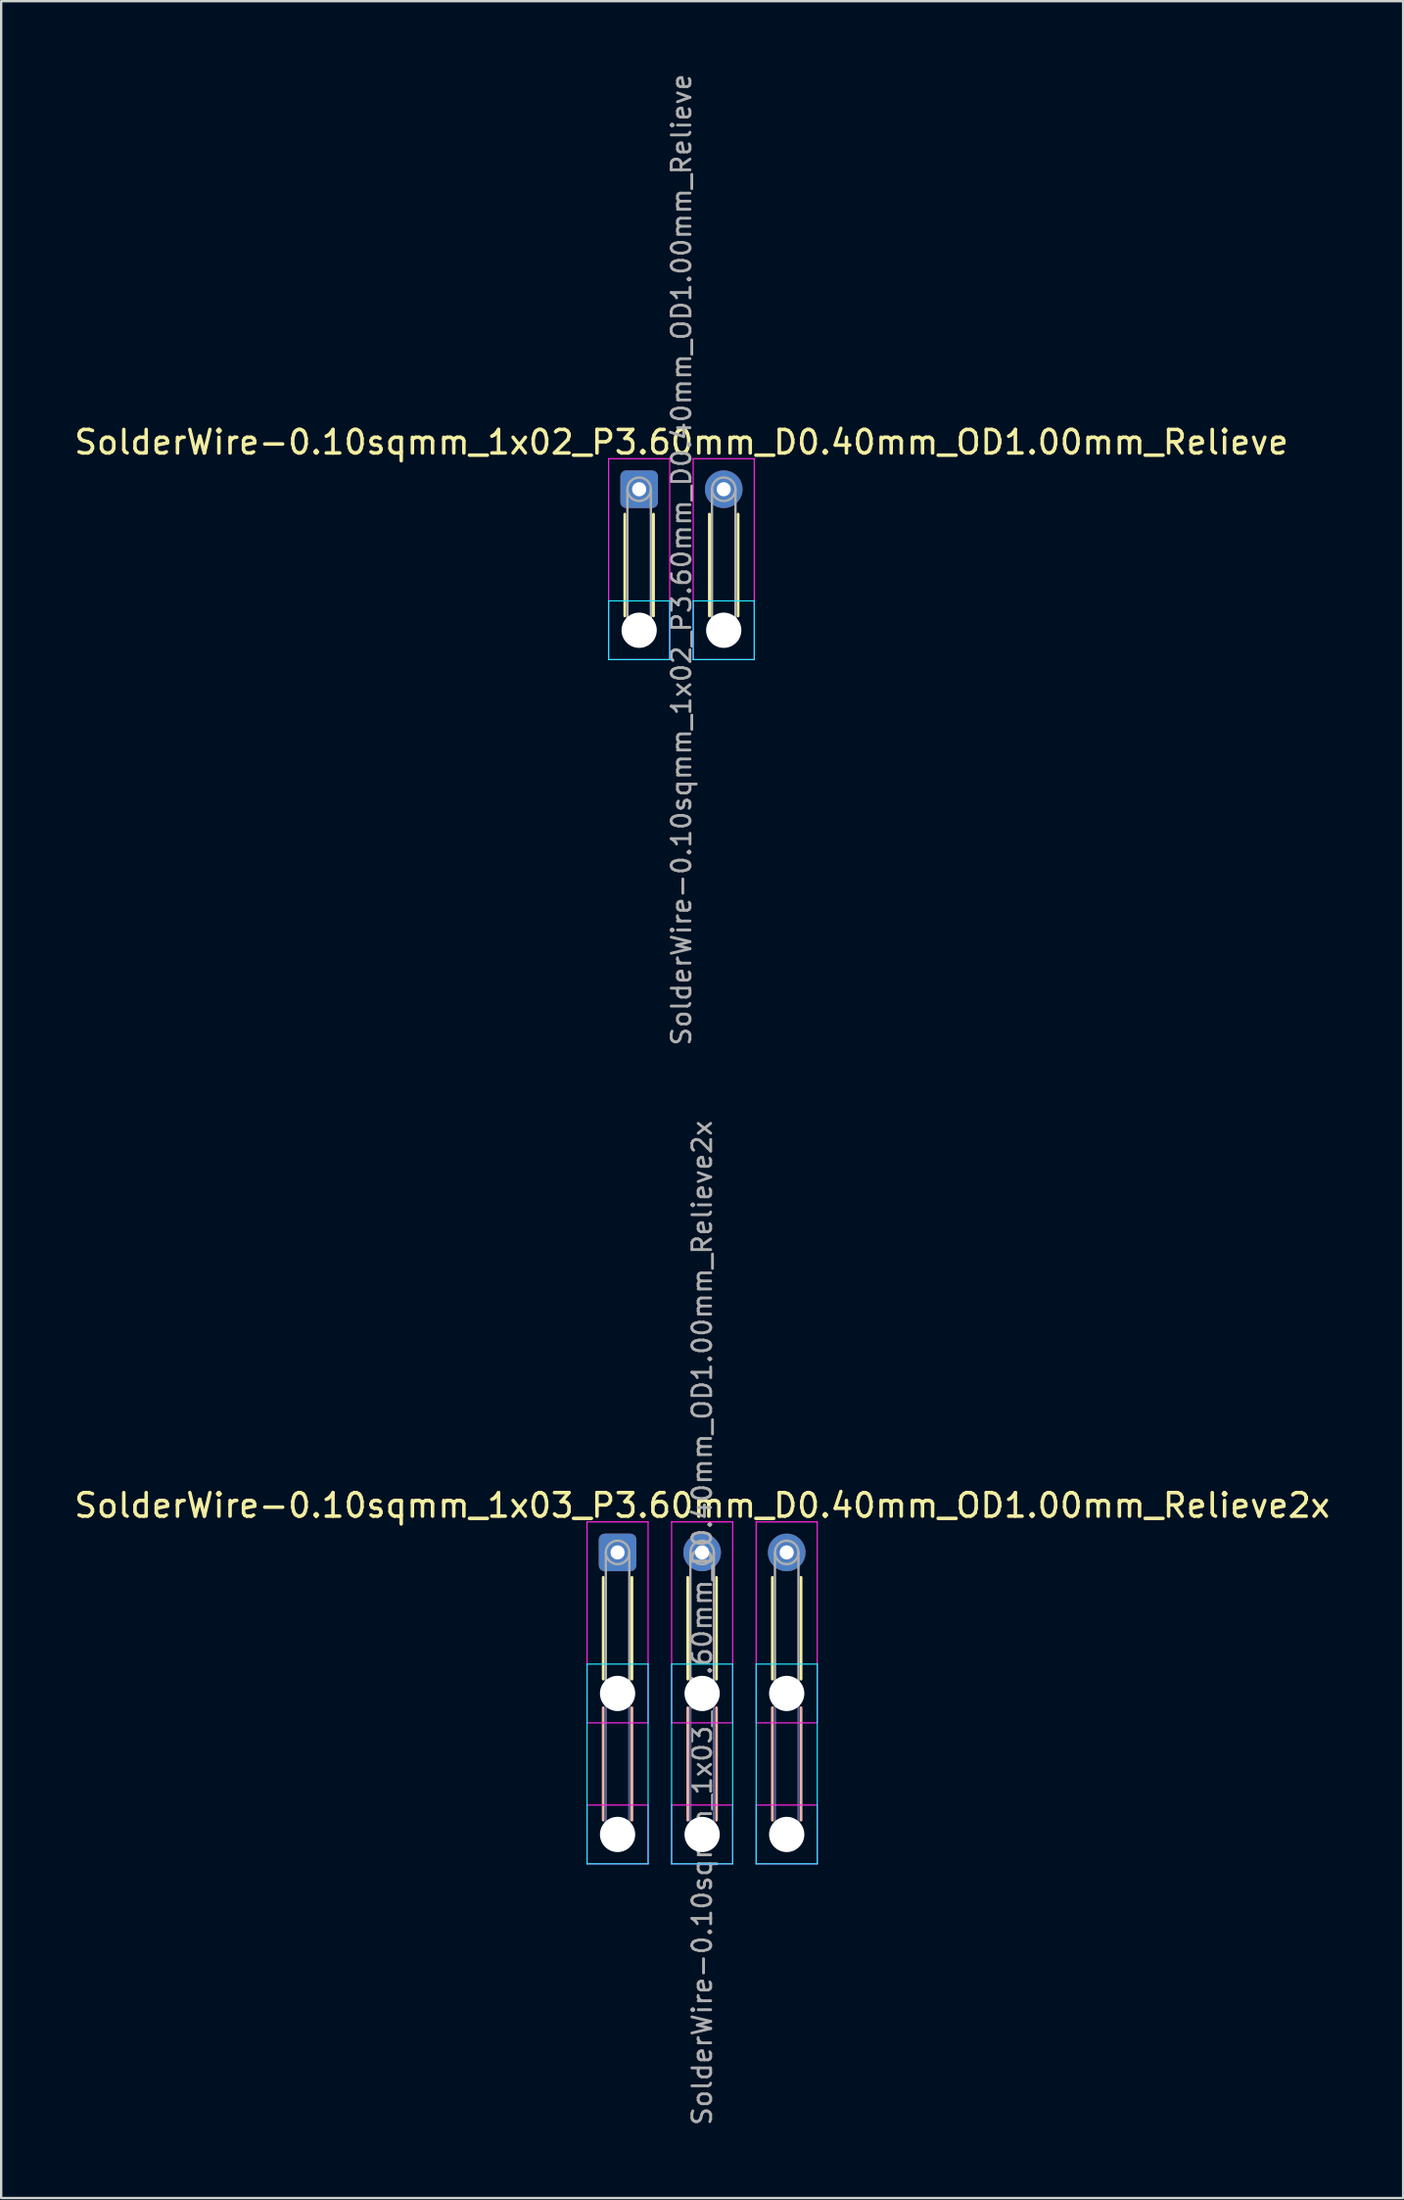
<source format=kicad_pcb>
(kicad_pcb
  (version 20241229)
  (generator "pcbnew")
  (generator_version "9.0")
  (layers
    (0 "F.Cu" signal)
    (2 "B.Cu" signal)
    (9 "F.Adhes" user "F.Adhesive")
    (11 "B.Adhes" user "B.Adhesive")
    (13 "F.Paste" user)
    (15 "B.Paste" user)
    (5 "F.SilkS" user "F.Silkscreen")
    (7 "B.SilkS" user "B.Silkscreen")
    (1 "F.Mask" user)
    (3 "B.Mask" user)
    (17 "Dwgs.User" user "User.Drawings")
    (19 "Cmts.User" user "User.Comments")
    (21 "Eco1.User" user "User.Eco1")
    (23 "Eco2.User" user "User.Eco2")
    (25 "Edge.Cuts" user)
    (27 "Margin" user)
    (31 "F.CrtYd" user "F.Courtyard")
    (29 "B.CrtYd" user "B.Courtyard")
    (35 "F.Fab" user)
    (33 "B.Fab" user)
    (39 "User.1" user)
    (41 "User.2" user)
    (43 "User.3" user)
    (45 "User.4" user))
  (footprint "SolderWire-0.10sqmm_1x02_P3.60mm_D0.40mm_OD1.00mm_Relieve"
    (layer "F.Cu")
    (at 24.158 17.767)
    (property "Reference" "SolderWire-0.10sqmm_1x02_P3.60mm_D0.40mm_OD1.00mm_Relieve" (at 1.8 -2 0) (layer "F.SilkS") (effects (font (size 1 1) (thickness 0.15))))
    (attr exclude_from_pos_files exclude_from_bom)
    (fp_line (start -0.61 1.06) (end -0.61 5.39) (stroke (width 0.12) (type solid)) (layer "F.SilkS"))
    (fp_line (start 0.61 1.06) (end 0.61 5.39) (stroke (width 0.12) (type solid)) (layer "F.SilkS"))
    (fp_line (start 2.99 1.06) (end 2.99 5.39) (stroke (width 0.12) (type solid)) (layer "F.SilkS"))
    (fp_line (start 4.21 1.06) (end 4.21 5.39) (stroke (width 0.12) (type solid)) (layer "F.SilkS"))
    (fp_line (start -1.3 4.75) (end -1.3 7.25) (stroke (width 0.05) (type solid)) (layer "B.CrtYd"))
    (fp_line (start -1.3 7.25) (end 1.3 7.25) (stroke (width 0.05) (type solid)) (layer "B.CrtYd"))
    (fp_line (start 1.3 4.75) (end -1.3 4.75) (stroke (width 0.05) (type solid)) (layer "B.CrtYd"))
    (fp_line (start 1.3 7.25) (end 1.3 4.75) (stroke (width 0.05) (type solid)) (layer "B.CrtYd"))
    (fp_line (start 2.3 4.75) (end 2.3 7.25) (stroke (width 0.05) (type solid)) (layer "B.CrtYd"))
    (fp_line (start 2.3 7.25) (end 4.9 7.25) (stroke (width 0.05) (type solid)) (layer "B.CrtYd"))
    (fp_line (start 4.9 4.75) (end 2.3 4.75) (stroke (width 0.05) (type solid)) (layer "B.CrtYd"))
    (fp_line (start 4.9 7.25) (end 4.9 4.75) (stroke (width 0.05) (type solid)) (layer "B.CrtYd"))
    (fp_line (start -1.3 -1.3) (end -1.3 7.25) (stroke (width 0.05) (type solid)) (layer "F.CrtYd"))
    (fp_line (start -1.3 7.25) (end 1.3 7.25) (stroke (width 0.05) (type solid)) (layer "F.CrtYd"))
    (fp_line (start 1.3 -1.3) (end -1.3 -1.3) (stroke (width 0.05) (type solid)) (layer "F.CrtYd"))
    (fp_line (start 1.3 7.25) (end 1.3 -1.3) (stroke (width 0.05) (type solid)) (layer "F.CrtYd"))
    (fp_line (start 2.3 -1.3) (end 2.3 7.25) (stroke (width 0.05) (type solid)) (layer "F.CrtYd"))
    (fp_line (start 2.3 7.25) (end 4.9 7.25) (stroke (width 0.05) (type solid)) (layer "F.CrtYd"))
    (fp_line (start 4.9 -1.3) (end 2.3 -1.3) (stroke (width 0.05) (type solid)) (layer "F.CrtYd"))
    (fp_line (start 4.9 7.25) (end 4.9 -1.3) (stroke (width 0.05) (type solid)) (layer "F.CrtYd"))
    (fp_line (start -0.5 0) (end -0.5 6) (stroke (width 0.1) (type solid)) (layer "F.Fab"))
    (fp_line (start 0.5 0) (end 0.5 6) (stroke (width 0.1) (type solid)) (layer "F.Fab"))
    (fp_line (start 3.1 0) (end 3.1 6) (stroke (width 0.1) (type solid)) (layer "F.Fab"))
    (fp_line (start 4.1 0) (end 4.1 6) (stroke (width 0.1) (type solid)) (layer "F.Fab"))
    (fp_circle (center 0 0) (end 0.5 0) (stroke (width 0.1) (type solid)) (fill no) (layer "F.Fab"))
    (fp_circle (center 0 6) (end 0.5 6) (stroke (width 0.1) (type solid)) (fill no) (layer "F.Fab"))
    (fp_circle (center 3.6 0) (end 4.1 0) (stroke (width 0.1) (type solid)) (fill no) (layer "F.Fab"))
    (fp_circle (center 3.6 6) (end 4.1 6) (stroke (width 0.1) (type solid)) (fill no) (layer "F.Fab"))
    (fp_text user "${REFERENCE}" (at 1.8 3 90) (layer "F.Fab") (effects (font (size 0.8 0.8) (thickness 0.12))))
    (pad "" np_thru_hole circle (at 0 6) (size 1.5 1.5) (drill 1.5) (layers "*.Cu" "*.Mask"))
    (pad "" np_thru_hole circle (at 3.6 6) (size 1.5 1.5) (drill 1.5) (layers "*.Cu" "*.Mask"))
    (pad "1" thru_hole roundrect (at 0 0) (size 1.6 1.6) (drill 0.6) (layers "*.Cu" "*.Mask") (roundrect_rratio 0.156))
    (pad "2" thru_hole circle (at 3.6 0) (size 1.6 1.6) (drill 0.6) (layers "*.Cu" "*.Mask")))
  (footprint "SolderWire-0.10sqmm_1x03_P3.60mm_D0.40mm_OD1.00mm_Relieve2x"
    (layer "F.Cu")
    (at 23.239 63.005)
    (property "Reference" "SolderWire-0.10sqmm_1x03_P3.60mm_D0.40mm_OD1.00mm_Relieve2x" (at 3.6 -2 0) (layer "F.SilkS") (effects (font (size 1 1) (thickness 0.15))))
    (attr exclude_from_pos_files exclude_from_bom)
    (fp_line (start -0.61 1.06) (end -0.61 5.39) (stroke (width 0.12) (type solid)) (layer "F.SilkS"))
    (fp_line (start 0.61 1.06) (end 0.61 5.39) (stroke (width 0.12) (type solid)) (layer "F.SilkS"))
    (fp_line (start 2.99 1.06) (end 2.99 5.39) (stroke (width 0.12) (type solid)) (layer "F.SilkS"))
    (fp_line (start 4.21 1.06) (end 4.21 5.39) (stroke (width 0.12) (type solid)) (layer "F.SilkS"))
    (fp_line (start 6.59 1.06) (end 6.59 5.39) (stroke (width 0.12) (type solid)) (layer "F.SilkS"))
    (fp_line (start 7.81 1.06) (end 7.81 5.39) (stroke (width 0.12) (type solid)) (layer "F.SilkS"))
    (fp_line (start -0.61 6.61) (end -0.61 11.39) (stroke (width 0.12) (type solid)) (layer "B.SilkS"))
    (fp_line (start 0.61 6.61) (end 0.61 11.39) (stroke (width 0.12) (type solid)) (layer "B.SilkS"))
    (fp_line (start 2.99 6.61) (end 2.99 11.39) (stroke (width 0.12) (type solid)) (layer "B.SilkS"))
    (fp_line (start 4.21 6.61) (end 4.21 11.39) (stroke (width 0.12) (type solid)) (layer "B.SilkS"))
    (fp_line (start 6.59 6.61) (end 6.59 11.39) (stroke (width 0.12) (type solid)) (layer "B.SilkS"))
    (fp_line (start 7.81 6.61) (end 7.81 11.39) (stroke (width 0.12) (type solid)) (layer "B.SilkS"))
    (fp_line (start -1.3 4.75) (end -1.3 13.25) (stroke (width 0.05) (type solid)) (layer "B.CrtYd"))
    (fp_line (start -1.3 13.25) (end 1.3 13.25) (stroke (width 0.05) (type solid)) (layer "B.CrtYd"))
    (fp_line (start 1.3 4.75) (end -1.3 4.75) (stroke (width 0.05) (type solid)) (layer "B.CrtYd"))
    (fp_line (start 1.3 13.25) (end 1.3 4.75) (stroke (width 0.05) (type solid)) (layer "B.CrtYd"))
    (fp_line (start 2.3 4.75) (end 2.3 13.25) (stroke (width 0.05) (type solid)) (layer "B.CrtYd"))
    (fp_line (start 2.3 13.25) (end 4.9 13.25) (stroke (width 0.05) (type solid)) (layer "B.CrtYd"))
    (fp_line (start 4.9 4.75) (end 2.3 4.75) (stroke (width 0.05) (type solid)) (layer "B.CrtYd"))
    (fp_line (start 4.9 13.25) (end 4.9 4.75) (stroke (width 0.05) (type solid)) (layer "B.CrtYd"))
    (fp_line (start 5.9 4.75) (end 5.9 13.25) (stroke (width 0.05) (type solid)) (layer "B.CrtYd"))
    (fp_line (start 5.9 13.25) (end 8.5 13.25) (stroke (width 0.05) (type solid)) (layer "B.CrtYd"))
    (fp_line (start 8.5 4.75) (end 5.9 4.75) (stroke (width 0.05) (type solid)) (layer "B.CrtYd"))
    (fp_line (start 8.5 13.25) (end 8.5 4.75) (stroke (width 0.05) (type solid)) (layer "B.CrtYd"))
    (fp_line (start -1.3 -1.3) (end -1.3 7.25) (stroke (width 0.05) (type solid)) (layer "F.CrtYd"))
    (fp_line (start -1.3 7.25) (end 1.3 7.25) (stroke (width 0.05) (type solid)) (layer "F.CrtYd"))
    (fp_line (start -1.3 10.75) (end -1.3 13.25) (stroke (width 0.05) (type solid)) (layer "F.CrtYd"))
    (fp_line (start -1.3 13.25) (end 1.3 13.25) (stroke (width 0.05) (type solid)) (layer "F.CrtYd"))
    (fp_line (start 1.3 -1.3) (end -1.3 -1.3) (stroke (width 0.05) (type solid)) (layer "F.CrtYd"))
    (fp_line (start 1.3 7.25) (end 1.3 -1.3) (stroke (width 0.05) (type solid)) (layer "F.CrtYd"))
    (fp_line (start 1.3 10.75) (end -1.3 10.75) (stroke (width 0.05) (type solid)) (layer "F.CrtYd"))
    (fp_line (start 1.3 13.25) (end 1.3 10.75) (stroke (width 0.05) (type solid)) (layer "F.CrtYd"))
    (fp_line (start 2.3 -1.3) (end 2.3 7.25) (stroke (width 0.05) (type solid)) (layer "F.CrtYd"))
    (fp_line (start 2.3 7.25) (end 4.9 7.25) (stroke (width 0.05) (type solid)) (layer "F.CrtYd"))
    (fp_line (start 2.3 10.75) (end 2.3 13.25) (stroke (width 0.05) (type solid)) (layer "F.CrtYd"))
    (fp_line (start 2.3 13.25) (end 4.9 13.25) (stroke (width 0.05) (type solid)) (layer "F.CrtYd"))
    (fp_line (start 4.9 -1.3) (end 2.3 -1.3) (stroke (width 0.05) (type solid)) (layer "F.CrtYd"))
    (fp_line (start 4.9 7.25) (end 4.9 -1.3) (stroke (width 0.05) (type solid)) (layer "F.CrtYd"))
    (fp_line (start 4.9 10.75) (end 2.3 10.75) (stroke (width 0.05) (type solid)) (layer "F.CrtYd"))
    (fp_line (start 4.9 13.25) (end 4.9 10.75) (stroke (width 0.05) (type solid)) (layer "F.CrtYd"))
    (fp_line (start 5.9 -1.3) (end 5.9 7.25) (stroke (width 0.05) (type solid)) (layer "F.CrtYd"))
    (fp_line (start 5.9 7.25) (end 8.5 7.25) (stroke (width 0.05) (type solid)) (layer "F.CrtYd"))
    (fp_line (start 5.9 10.75) (end 5.9 13.25) (stroke (width 0.05) (type solid)) (layer "F.CrtYd"))
    (fp_line (start 5.9 13.25) (end 8.5 13.25) (stroke (width 0.05) (type solid)) (layer "F.CrtYd"))
    (fp_line (start 8.5 -1.3) (end 5.9 -1.3) (stroke (width 0.05) (type solid)) (layer "F.CrtYd"))
    (fp_line (start 8.5 7.25) (end 8.5 -1.3) (stroke (width 0.05) (type solid)) (layer "F.CrtYd"))
    (fp_line (start 8.5 10.75) (end 5.9 10.75) (stroke (width 0.05) (type solid)) (layer "F.CrtYd"))
    (fp_line (start 8.5 13.25) (end 8.5 10.75) (stroke (width 0.05) (type solid)) (layer "F.CrtYd"))
    (fp_line (start -0.5 6) (end -0.5 12) (stroke (width 0.1) (type solid)) (layer "B.Fab"))
    (fp_line (start 0.5 6) (end 0.5 12) (stroke (width 0.1) (type solid)) (layer "B.Fab"))
    (fp_line (start 3.1 6) (end 3.1 12) (stroke (width 0.1) (type solid)) (layer "B.Fab"))
    (fp_line (start 4.1 6) (end 4.1 12) (stroke (width 0.1) (type solid)) (layer "B.Fab"))
    (fp_line (start 6.7 6) (end 6.7 12) (stroke (width 0.1) (type solid)) (layer "B.Fab"))
    (fp_line (start 7.7 6) (end 7.7 12) (stroke (width 0.1) (type solid)) (layer "B.Fab"))
    (fp_circle (center 0 6) (end 0.5 6) (stroke (width 0.1) (type solid)) (fill no) (layer "B.Fab"))
    (fp_circle (center 0 12) (end 0.5 12) (stroke (width 0.1) (type solid)) (fill no) (layer "B.Fab"))
    (fp_circle (center 3.6 6) (end 4.1 6) (stroke (width 0.1) (type solid)) (fill no) (layer "B.Fab"))
    (fp_circle (center 3.6 12) (end 4.1 12) (stroke (width 0.1) (type solid)) (fill no) (layer "B.Fab"))
    (fp_circle (center 7.2 6) (end 7.7 6) (stroke (width 0.1) (type solid)) (fill no) (layer "B.Fab"))
    (fp_circle (center 7.2 12) (end 7.7 12) (stroke (width 0.1) (type solid)) (fill no) (layer "B.Fab"))
    (fp_line (start -0.5 0) (end -0.5 6) (stroke (width 0.1) (type solid)) (layer "F.Fab"))
    (fp_line (start 0.5 0) (end 0.5 6) (stroke (width 0.1) (type solid)) (layer "F.Fab"))
    (fp_line (start 3.1 0) (end 3.1 6) (stroke (width 0.1) (type solid)) (layer "F.Fab"))
    (fp_line (start 4.1 0) (end 4.1 6) (stroke (width 0.1) (type solid)) (layer "F.Fab"))
    (fp_line (start 6.7 0) (end 6.7 6) (stroke (width 0.1) (type solid)) (layer "F.Fab"))
    (fp_line (start 7.7 0) (end 7.7 6) (stroke (width 0.1) (type solid)) (layer "F.Fab"))
    (fp_circle (center 0 0) (end 0.5 0) (stroke (width 0.1) (type solid)) (fill no) (layer "F.Fab"))
    (fp_circle (center 0 6) (end 0.5 6) (stroke (width 0.1) (type solid)) (fill no) (layer "F.Fab"))
    (fp_circle (center 0 12) (end 0.5 12) (stroke (width 0.1) (type solid)) (fill no) (layer "F.Fab"))
    (fp_circle (center 3.6 0) (end 4.1 0) (stroke (width 0.1) (type solid)) (fill no) (layer "F.Fab"))
    (fp_circle (center 3.6 6) (end 4.1 6) (stroke (width 0.1) (type solid)) (fill no) (layer "F.Fab"))
    (fp_circle (center 3.6 12) (end 4.1 12) (stroke (width 0.1) (type solid)) (fill no) (layer "F.Fab"))
    (fp_circle (center 7.2 0) (end 7.7 0) (stroke (width 0.1) (type solid)) (fill no) (layer "F.Fab"))
    (fp_circle (center 7.2 6) (end 7.7 6) (stroke (width 0.1) (type solid)) (fill no) (layer "F.Fab"))
    (fp_circle (center 7.2 12) (end 7.7 12) (stroke (width 0.1) (type solid)) (fill no) (layer "F.Fab"))
    (fp_text user "${REFERENCE}" (at 3.6 3 90) (layer "F.Fab") (effects (font (size 0.8 0.8) (thickness 0.12))))
    (pad "" np_thru_hole circle (at 0 6) (size 1.5 1.5) (drill 1.5) (layers "*.Cu" "*.Mask"))
    (pad "" np_thru_hole circle (at 0 12) (size 1.5 1.5) (drill 1.5) (layers "*.Cu" "*.Mask"))
    (pad "" np_thru_hole circle (at 3.6 6) (size 1.5 1.5) (drill 1.5) (layers "*.Cu" "*.Mask"))
    (pad "" np_thru_hole circle (at 3.6 12) (size 1.5 1.5) (drill 1.5) (layers "*.Cu" "*.Mask"))
    (pad "" np_thru_hole circle (at 7.2 6) (size 1.5 1.5) (drill 1.5) (layers "*.Cu" "*.Mask"))
    (pad "" np_thru_hole circle (at 7.2 12) (size 1.5 1.5) (drill 1.5) (layers "*.Cu" "*.Mask"))
    (pad "1" thru_hole roundrect (at 0 0) (size 1.6 1.6) (drill 0.6) (layers "*.Cu" "*.Mask") (roundrect_rratio 0.156))
    (pad "2" thru_hole circle (at 3.6 0) (size 1.6 1.6) (drill 0.6) (layers "*.Cu" "*.Mask"))
    (pad "3" thru_hole circle (at 7.2 0) (size 1.6 1.6) (drill 0.6) (layers "*.Cu" "*.Mask")))
  (gr_rect
    (start -3 -3)
    (end 56.679 90.476)
    (stroke (width 0.1) (type default))
    (fill no)
    (layer "Edge.Cuts")))
</source>
